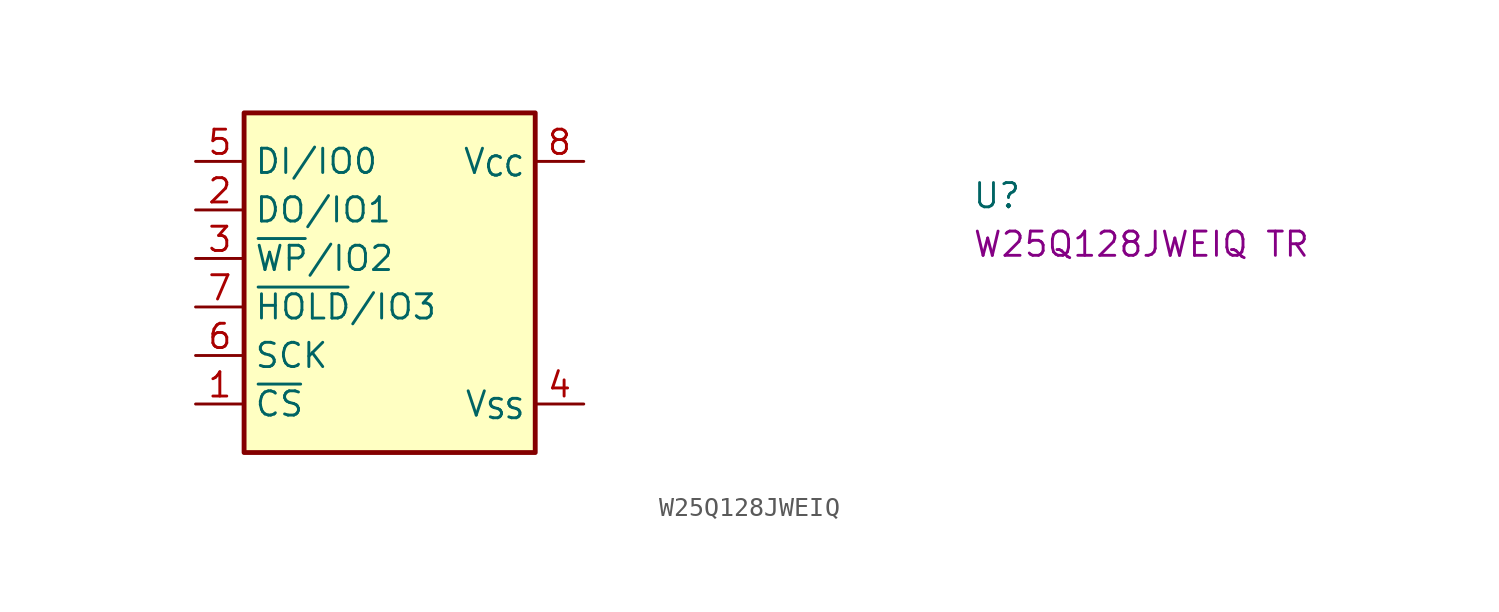
<source format=kicad_sym>
(kicad_symbol_lib
  (version 20220914)
  (generator kicad_symbol_editor)
  (symbol "W25Q128JWEIQ"
    (property "Reference" "U"
      (at 40.64 -2.54 0)
      (effects (font (size 1.27 1.27) (thickness 0.15)) (justify left bottom)))
    (property "MPN" "W25Q128JWEIQ TR"
      (at 40.64 -5.08 0)
      (effects (font (size 1.27 1.27) (thickness 0.15)) (justify left bottom)))
    (symbol "W25Q128JWEIQ_1_1"
      (rectangle (start 2.54 2.54) (end 17.78 -15.24) (stroke (width 0.254) (type default)) (fill (type background)))
      (pin input line (at 0 -12.7 0) (length 2.54) (name "~{CS}" (effects (font (size 1.27 1.27)))) (number "1" (effects (font (size 1.27 1.27)))))
      (pin bidirectional line (at 0 -2.54 0) (length 2.54) (name "DO/IO1" (effects (font (size 1.27 1.27)))) (number "2" (effects (font (size 1.27 1.27)))))
      (pin bidirectional line (at 0 -5.08 0) (length 2.54) (name "~{WP}/IO2" (effects (font (size 1.27 1.27)))) (number "3" (effects (font (size 1.27 1.27)))))
      (pin power_in line (at 20.32 -12.7 180) (length 2.54) (name "V_{SS}" (effects (font (size 1.27 1.27)))) (number "4" (effects (font (size 1.27 1.27)))))
      (pin bidirectional line (at 0 0 0) (length 2.54) (name "DI/IO0" (effects (font (size 1.27 1.27)))) (number "5" (effects (font (size 1.27 1.27)))))
      (pin input line (at 0 -10.16 0) (length 2.54) (name "SCK" (effects (font (size 1.27 1.27)))) (number "6" (effects (font (size 1.27 1.27)))))
      (pin bidirectional line (at 0 -7.62 0) (length 2.54) (name "~{HOLD}/IO3" (effects (font (size 1.27 1.27)))) (number "7" (effects (font (size 1.27 1.27)))))
      (pin power_in line (at 20.32 0 180) (length 2.54) (name "V_{CC}" (effects (font (size 1.27 1.27)))) (number "8" (effects (font (size 1.27 1.27)))))
      (pin no_connect line (at 17.78 -10.16 180) (length 2.54) hide (name "EP" (effects (font (size 1.27 1.27)))) (number "9" (effects (font (size 1.27 1.27))))))))
</source>
